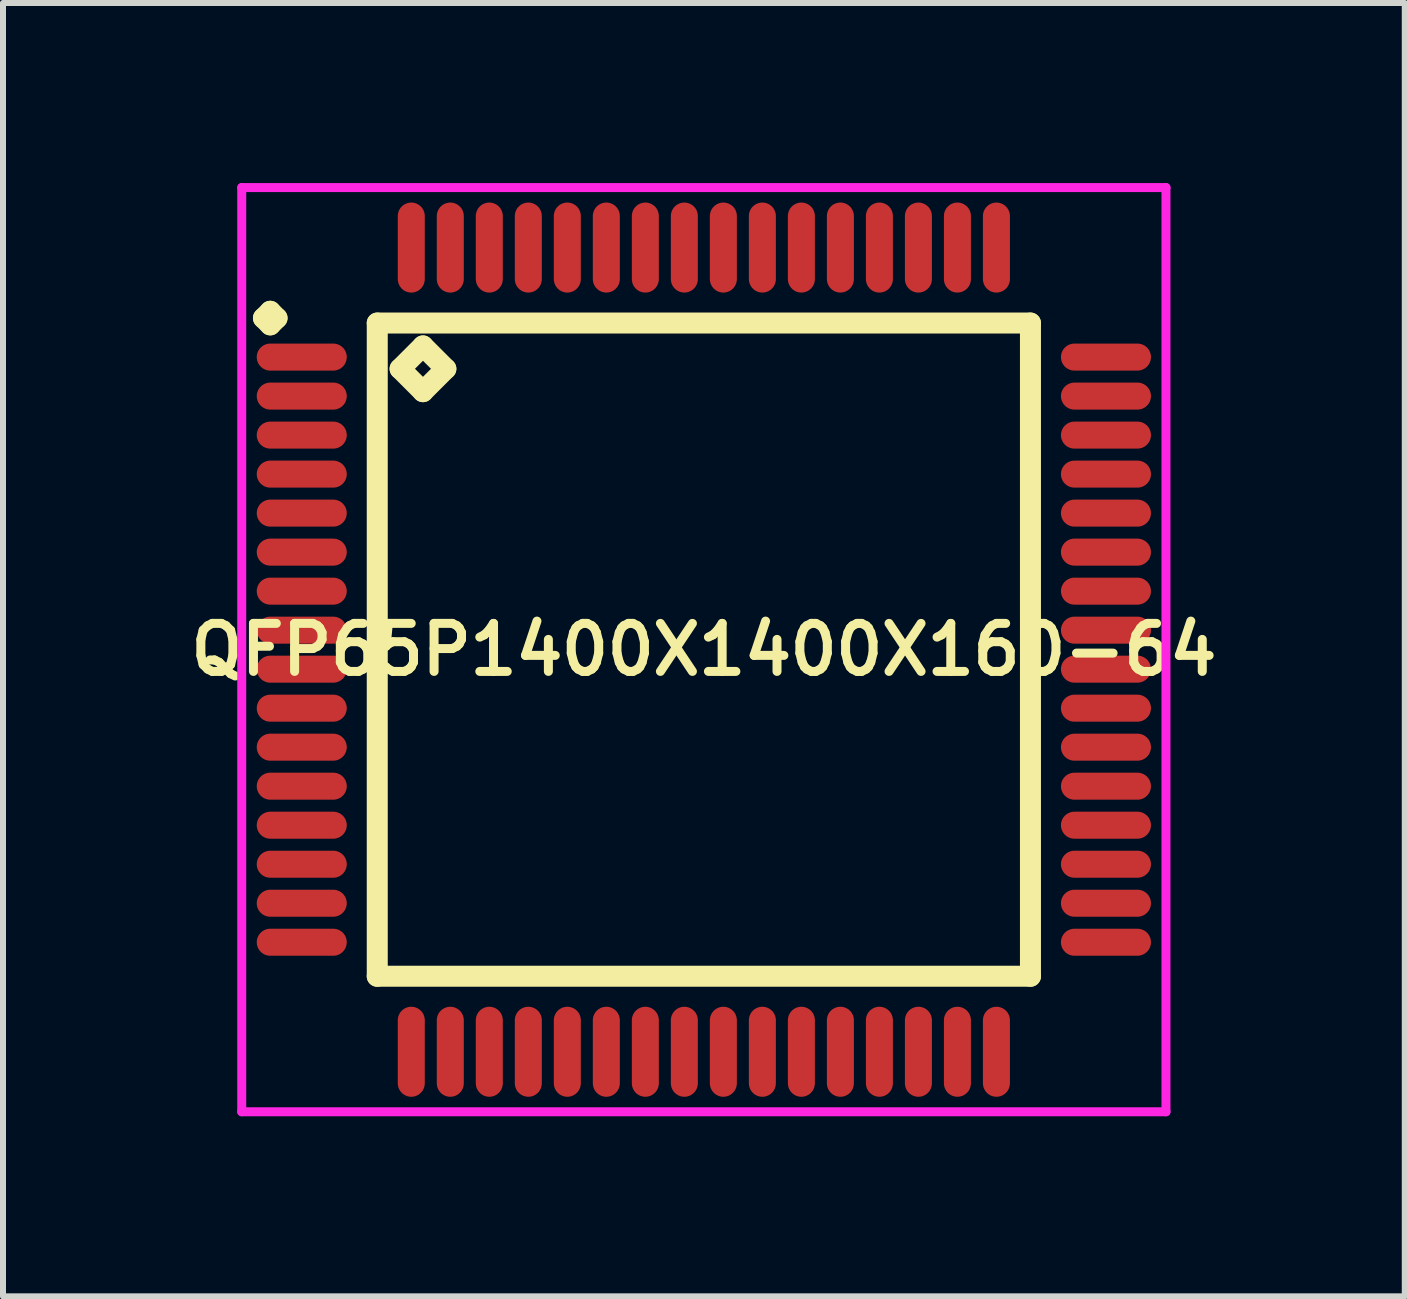
<source format=kicad_pcb>
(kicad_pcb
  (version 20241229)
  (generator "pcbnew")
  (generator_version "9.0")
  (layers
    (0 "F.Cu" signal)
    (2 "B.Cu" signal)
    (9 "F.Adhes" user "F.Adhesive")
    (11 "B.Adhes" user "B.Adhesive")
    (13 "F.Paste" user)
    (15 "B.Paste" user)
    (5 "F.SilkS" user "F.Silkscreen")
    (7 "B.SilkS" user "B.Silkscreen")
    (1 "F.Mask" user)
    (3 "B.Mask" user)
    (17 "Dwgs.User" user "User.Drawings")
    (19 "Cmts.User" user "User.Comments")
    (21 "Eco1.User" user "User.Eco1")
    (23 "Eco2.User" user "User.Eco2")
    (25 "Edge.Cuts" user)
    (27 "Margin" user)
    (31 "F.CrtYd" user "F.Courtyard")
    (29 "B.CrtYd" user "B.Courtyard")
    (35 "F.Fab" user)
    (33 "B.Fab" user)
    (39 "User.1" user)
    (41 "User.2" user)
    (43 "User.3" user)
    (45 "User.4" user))
  (footprint "QFP65P1400X1400X160-64"
    (layer "F.Cu")
    (at 8.678 7.775)
    (property "Reference" "QFP65P1400X1400X160-64" (at 0 0 0) (layer "F.SilkS") (effects (font (size 0.8 0.8) (thickness 0.15))))
    (attr smd)
    (fp_line (start -7.338 -5.525) (end -7.225 -5.638) (stroke (width 0.35) (type solid)) (layer "F.SilkS"))
    (fp_line (start -7.225 -5.638) (end -7.112 -5.525) (stroke (width 0.35) (type solid)) (layer "F.SilkS"))
    (fp_line (start -7.225 -5.412) (end -7.338 -5.525) (stroke (width 0.35) (type solid)) (layer "F.SilkS"))
    (fp_line (start -7.112 -5.525) (end -7.225 -5.412) (stroke (width 0.35) (type solid)) (layer "F.SilkS"))
    (fp_line (start -5.442 -5.442) (end -5.442 5.442) (stroke (width 0.35) (type solid)) (layer "F.SilkS"))
    (fp_line (start -5.442 5.442) (end 5.442 5.442) (stroke (width 0.35) (type solid)) (layer "F.SilkS"))
    (fp_line (start -5.061 -4.68) (end -4.68 -5.061) (stroke (width 0.35) (type solid)) (layer "F.SilkS"))
    (fp_line (start -4.68 -5.061) (end -4.299 -4.68) (stroke (width 0.35) (type solid)) (layer "F.SilkS"))
    (fp_line (start -4.68 -4.299) (end -5.061 -4.68) (stroke (width 0.35) (type solid)) (layer "F.SilkS"))
    (fp_line (start -4.299 -4.68) (end -4.68 -4.299) (stroke (width 0.35) (type solid)) (layer "F.SilkS"))
    (fp_line (start 5.442 -5.442) (end -5.442 -5.442) (stroke (width 0.35) (type solid)) (layer "F.SilkS"))
    (fp_line (start 5.442 5.442) (end 5.442 -5.442) (stroke (width 0.35) (type solid)) (layer "F.SilkS"))
    (fp_line (start -7.7 -7.7) (end 7.7 -7.7) (stroke (width 0.15) (type solid)) (layer "F.CrtYd"))
    (fp_line (start -7.7 7.7) (end -7.7 -7.7) (stroke (width 0.15) (type solid)) (layer "F.CrtYd"))
    (fp_line (start 7.7 -7.7) (end 7.7 7.7) (stroke (width 0.15) (type solid)) (layer "F.CrtYd"))
    (fp_line (start 7.7 7.7) (end -7.7 7.7) (stroke (width 0.15) (type solid)) (layer "F.CrtYd"))
    (pad "1" smd oval (at -6.7 -4.875) (size 1.5 0.45) (layers "F.Cu" "F.Mask" "F.Paste"))
    (pad "2" smd oval (at -6.7 -4.225) (size 1.5 0.45) (layers "F.Cu" "F.Mask" "F.Paste"))
    (pad "3" smd oval (at -6.7 -3.575) (size 1.5 0.45) (layers "F.Cu" "F.Mask" "F.Paste"))
    (pad "4" smd oval (at -6.7 -2.925) (size 1.5 0.45) (layers "F.Cu" "F.Mask" "F.Paste"))
    (pad "5" smd oval (at -6.7 -2.275) (size 1.5 0.45) (layers "F.Cu" "F.Mask" "F.Paste"))
    (pad "6" smd oval (at -6.7 -1.625) (size 1.5 0.45) (layers "F.Cu" "F.Mask" "F.Paste"))
    (pad "7" smd oval (at -6.7 -0.975) (size 1.5 0.45) (layers "F.Cu" "F.Mask" "F.Paste"))
    (pad "8" smd oval (at -6.7 -0.325) (size 1.5 0.45) (layers "F.Cu" "F.Mask" "F.Paste"))
    (pad "9" smd oval (at -6.7 0.325) (size 1.5 0.45) (layers "F.Cu" "F.Mask" "F.Paste"))
    (pad "10" smd oval (at -6.7 0.975) (size 1.5 0.45) (layers "F.Cu" "F.Mask" "F.Paste"))
    (pad "11" smd oval (at -6.7 1.625) (size 1.5 0.45) (layers "F.Cu" "F.Mask" "F.Paste"))
    (pad "12" smd oval (at -6.7 2.275) (size 1.5 0.45) (layers "F.Cu" "F.Mask" "F.Paste"))
    (pad "13" smd oval (at -6.7 2.925) (size 1.5 0.45) (layers "F.Cu" "F.Mask" "F.Paste"))
    (pad "14" smd oval (at -6.7 3.575) (size 1.5 0.45) (layers "F.Cu" "F.Mask" "F.Paste"))
    (pad "15" smd oval (at -6.7 4.225) (size 1.5 0.45) (layers "F.Cu" "F.Mask" "F.Paste"))
    (pad "16" smd oval (at -6.7 4.875) (size 1.5 0.45) (layers "F.Cu" "F.Mask" "F.Paste"))
    (pad "17" smd oval (at -4.875 6.7) (size 0.45 1.5) (layers "F.Cu" "F.Mask" "F.Paste"))
    (pad "18" smd oval (at -4.225 6.7) (size 0.45 1.5) (layers "F.Cu" "F.Mask" "F.Paste"))
    (pad "19" smd oval (at -3.575 6.7) (size 0.45 1.5) (layers "F.Cu" "F.Mask" "F.Paste"))
    (pad "20" smd oval (at -2.925 6.7) (size 0.45 1.5) (layers "F.Cu" "F.Mask" "F.Paste"))
    (pad "21" smd oval (at -2.275 6.7) (size 0.45 1.5) (layers "F.Cu" "F.Mask" "F.Paste"))
    (pad "22" smd oval (at -1.625 6.7) (size 0.45 1.5) (layers "F.Cu" "F.Mask" "F.Paste"))
    (pad "23" smd oval (at -0.975 6.7) (size 0.45 1.5) (layers "F.Cu" "F.Mask" "F.Paste"))
    (pad "24" smd oval (at -0.325 6.7) (size 0.45 1.5) (layers "F.Cu" "F.Mask" "F.Paste"))
    (pad "25" smd oval (at 0.325 6.7) (size 0.45 1.5) (layers "F.Cu" "F.Mask" "F.Paste"))
    (pad "26" smd oval (at 0.975 6.7) (size 0.45 1.5) (layers "F.Cu" "F.Mask" "F.Paste"))
    (pad "27" smd oval (at 1.625 6.7) (size 0.45 1.5) (layers "F.Cu" "F.Mask" "F.Paste"))
    (pad "28" smd oval (at 2.275 6.7) (size 0.45 1.5) (layers "F.Cu" "F.Mask" "F.Paste"))
    (pad "29" smd oval (at 2.925 6.7) (size 0.45 1.5) (layers "F.Cu" "F.Mask" "F.Paste"))
    (pad "30" smd oval (at 3.575 6.7) (size 0.45 1.5) (layers "F.Cu" "F.Mask" "F.Paste"))
    (pad "31" smd oval (at 4.225 6.7) (size 0.45 1.5) (layers "F.Cu" "F.Mask" "F.Paste"))
    (pad "32" smd oval (at 4.875 6.7) (size 0.45 1.5) (layers "F.Cu" "F.Mask" "F.Paste"))
    (pad "33" smd oval (at 6.7 4.875) (size 1.5 0.45) (layers "F.Cu" "F.Mask" "F.Paste"))
    (pad "34" smd oval (at 6.7 4.225) (size 1.5 0.45) (layers "F.Cu" "F.Mask" "F.Paste"))
    (pad "35" smd oval (at 6.7 3.575) (size 1.5 0.45) (layers "F.Cu" "F.Mask" "F.Paste"))
    (pad "36" smd oval (at 6.7 2.925) (size 1.5 0.45) (layers "F.Cu" "F.Mask" "F.Paste"))
    (pad "37" smd oval (at 6.7 2.275) (size 1.5 0.45) (layers "F.Cu" "F.Mask" "F.Paste"))
    (pad "38" smd oval (at 6.7 1.625) (size 1.5 0.45) (layers "F.Cu" "F.Mask" "F.Paste"))
    (pad "39" smd oval (at 6.7 0.975) (size 1.5 0.45) (layers "F.Cu" "F.Mask" "F.Paste"))
    (pad "40" smd oval (at 6.7 0.325) (size 1.5 0.45) (layers "F.Cu" "F.Mask" "F.Paste"))
    (pad "41" smd oval (at 6.7 -0.325) (size 1.5 0.45) (layers "F.Cu" "F.Mask" "F.Paste"))
    (pad "42" smd oval (at 6.7 -0.975) (size 1.5 0.45) (layers "F.Cu" "F.Mask" "F.Paste"))
    (pad "43" smd oval (at 6.7 -1.625) (size 1.5 0.45) (layers "F.Cu" "F.Mask" "F.Paste"))
    (pad "44" smd oval (at 6.7 -2.275) (size 1.5 0.45) (layers "F.Cu" "F.Mask" "F.Paste"))
    (pad "45" smd oval (at 6.7 -2.925) (size 1.5 0.45) (layers "F.Cu" "F.Mask" "F.Paste"))
    (pad "46" smd oval (at 6.7 -3.575) (size 1.5 0.45) (layers "F.Cu" "F.Mask" "F.Paste"))
    (pad "47" smd oval (at 6.7 -4.225) (size 1.5 0.45) (layers "F.Cu" "F.Mask" "F.Paste"))
    (pad "48" smd oval (at 6.7 -4.875) (size 1.5 0.45) (layers "F.Cu" "F.Mask" "F.Paste"))
    (pad "49" smd oval (at 4.875 -6.7) (size 0.45 1.5) (layers "F.Cu" "F.Mask" "F.Paste"))
    (pad "50" smd oval (at 4.225 -6.7) (size 0.45 1.5) (layers "F.Cu" "F.Mask" "F.Paste"))
    (pad "51" smd oval (at 3.575 -6.7) (size 0.45 1.5) (layers "F.Cu" "F.Mask" "F.Paste"))
    (pad "52" smd oval (at 2.925 -6.7) (size 0.45 1.5) (layers "F.Cu" "F.Mask" "F.Paste"))
    (pad "53" smd oval (at 2.275 -6.7) (size 0.45 1.5) (layers "F.Cu" "F.Mask" "F.Paste"))
    (pad "54" smd oval (at 1.625 -6.7) (size 0.45 1.5) (layers "F.Cu" "F.Mask" "F.Paste"))
    (pad "55" smd oval (at 0.975 -6.7) (size 0.45 1.5) (layers "F.Cu" "F.Mask" "F.Paste"))
    (pad "56" smd oval (at 0.325 -6.7) (size 0.45 1.5) (layers "F.Cu" "F.Mask" "F.Paste"))
    (pad "57" smd oval (at -0.325 -6.7) (size 0.45 1.5) (layers "F.Cu" "F.Mask" "F.Paste"))
    (pad "58" smd oval (at -0.975 -6.7) (size 0.45 1.5) (layers "F.Cu" "F.Mask" "F.Paste"))
    (pad "59" smd oval (at -1.625 -6.7) (size 0.45 1.5) (layers "F.Cu" "F.Mask" "F.Paste"))
    (pad "60" smd oval (at -2.275 -6.7) (size 0.45 1.5) (layers "F.Cu" "F.Mask" "F.Paste"))
    (pad "61" smd oval (at -2.925 -6.7) (size 0.45 1.5) (layers "F.Cu" "F.Mask" "F.Paste"))
    (pad "62" smd oval (at -3.575 -6.7) (size 0.45 1.5) (layers "F.Cu" "F.Mask" "F.Paste"))
    (pad "63" smd oval (at -4.225 -6.7) (size 0.45 1.5) (layers "F.Cu" "F.Mask" "F.Paste"))
    (pad "64" smd oval (at -4.875 -6.7) (size 0.45 1.5) (layers "F.Cu" "F.Mask" "F.Paste")))
  (gr_rect
    (start -3 -3)
    (end 20.357 18.55)
    (stroke (width 0.1) (type default))
    (fill no)
    (layer "Edge.Cuts")))
</source>
